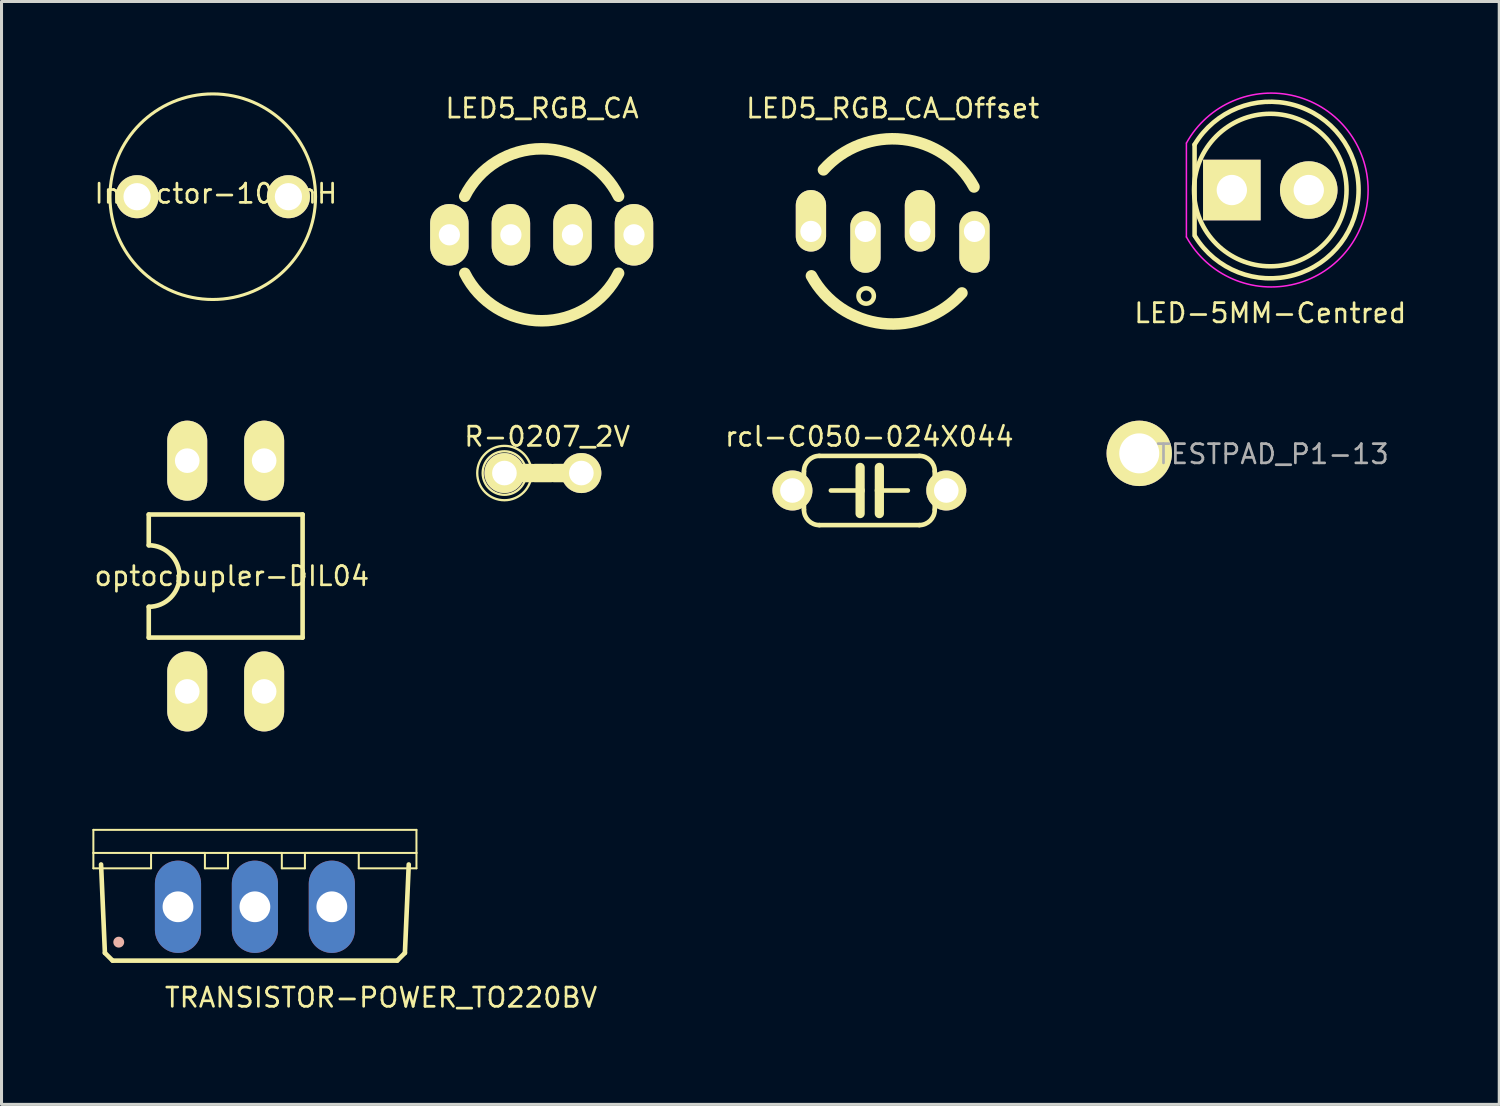
<source format=kicad_pcb>
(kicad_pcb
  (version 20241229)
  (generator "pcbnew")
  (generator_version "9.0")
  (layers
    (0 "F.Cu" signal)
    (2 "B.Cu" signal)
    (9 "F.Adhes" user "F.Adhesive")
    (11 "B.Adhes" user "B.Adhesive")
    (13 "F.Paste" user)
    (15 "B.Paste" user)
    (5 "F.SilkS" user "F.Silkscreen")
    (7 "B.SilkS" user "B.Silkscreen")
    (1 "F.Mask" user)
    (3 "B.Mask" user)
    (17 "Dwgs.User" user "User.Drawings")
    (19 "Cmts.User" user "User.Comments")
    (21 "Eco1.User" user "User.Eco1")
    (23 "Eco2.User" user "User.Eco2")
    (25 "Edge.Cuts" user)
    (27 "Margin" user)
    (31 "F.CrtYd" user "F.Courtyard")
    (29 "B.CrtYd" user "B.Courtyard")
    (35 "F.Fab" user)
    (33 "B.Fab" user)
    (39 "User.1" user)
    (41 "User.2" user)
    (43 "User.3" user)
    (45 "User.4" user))
  (footprint "Inductor-100mH"
    (layer "F.Cu")
    (at 3.975 3.445)
    (property "Reference" "Inductor-100mH" (at 0.102 -0.102 0) (layer "F.SilkS") (effects (font (size 0.635 0.635) (thickness 0.089))))
    (attr exclude_from_pos_files exclude_from_bom)
    (fp_circle (center 0 0) (end -2.4 2.4) (stroke (width 0.102) (type solid)) (fill no) (layer "F.SilkS"))
    (pad "1" thru_hole circle (at -2.499 0) (size 1.422 1.422) (drill 0.899) (layers "*.Cu" "*.Mask" "F.SilkS" "F.Paste"))
    (pad "2" thru_hole circle (at 2.499 0) (size 1.422 1.422) (drill 0.899) (layers "*.Cu" "*.Mask" "F.SilkS" "F.Paste")))
  (footprint "LED5_RGB_CA_Offset"
    (layer "F.Cu")
    (at 26.427 4.591)
    (property "Reference" "LED5_RGB_CA_Offset" (at 0 -4.064 0) (layer "F.SilkS") (effects (font (size 0.635 0.635) (thickness 0.089))))
    (attr through_hole)
    (fp_arc (start -2.286 -2.032) (mid 0.345366 -3.039003) (end 2.683668 -1.467224) (stroke (width 0.381) (type solid)) (layer "F.SilkS"))
    (fp_arc (start 2.286 2.032) (mid -0.345366 3.039003) (end -2.683668 1.467224) (stroke (width 0.381) (type solid)) (layer "F.SilkS"))
    (fp_circle (center -0.876 2.132) (end -0.622 2.132) (stroke (width 0.15) (type solid)) (fill no) (layer "F.SilkS"))
    (pad "1" thru_hole oval (at -2.7 0) (size 1 2.032) (drill 0.701 (offset 0 -0.35)) (layers "*.Cu" "*.Mask" "F.SilkS"))
    (pad "2" thru_hole oval (at -0.9 0) (size 1 2.032) (drill 0.701 (offset 0 0.35)) (layers "*.Cu" "*.Mask" "F.SilkS"))
    (pad "3" thru_hole oval (at 0.9 0) (size 1 2.032) (drill 0.701 (offset 0 -0.35)) (layers "*.Cu" "*.Mask" "F.SilkS"))
    (pad "4" thru_hole oval (at 2.7 0) (size 1 2.032) (drill 0.701 (offset 0 0.35)) (layers "*.Cu" "*.Mask" "F.SilkS")))
  (footprint "rcl-C050-024X044"
    (layer "F.Cu")
    (at 25.656 13.146)
    (property "Reference" "rcl-C050-024X044" (at 0 -1.778 0) (layer "F.SilkS") (effects (font (size 0.635 0.635) (thickness 0.089))))
    (attr exclude_from_pos_files exclude_from_bom)
    (fp_line (start -2.54 -0.381) (end -2.159 -0.381) (stroke (width 0.066) (type solid)) (layer "F.SilkS"))
    (fp_line (start -2.54 0.381) (end -2.54 -0.381) (stroke (width 0.066) (type solid)) (layer "F.SilkS"))
    (fp_line (start -2.54 0.381) (end -2.159 0.381) (stroke (width 0.066) (type solid)) (layer "F.SilkS"))
    (fp_line (start -2.159 0.381) (end -2.159 -0.381) (stroke (width 0.066) (type solid)) (layer "F.SilkS"))
    (fp_line (start -2.159 0.635) (end -2.159 -0.635) (stroke (width 0.152) (type solid)) (layer "F.SilkS"))
    (fp_line (start -1.27 0) (end -0.305 0) (stroke (width 0.152) (type solid)) (layer "F.SilkS"))
    (fp_line (start -0.305 -0.762) (end -0.305 0) (stroke (width 0.305) (type solid)) (layer "F.SilkS"))
    (fp_line (start -0.305 0) (end -0.305 0.762) (stroke (width 0.305) (type solid)) (layer "F.SilkS"))
    (fp_line (start 0.33 -0.762) (end 0.33 0) (stroke (width 0.305) (type solid)) (layer "F.SilkS"))
    (fp_line (start 0.33 0) (end 0.33 0.762) (stroke (width 0.305) (type solid)) (layer "F.SilkS"))
    (fp_line (start 1.27 0) (end 0.33 0) (stroke (width 0.152) (type solid)) (layer "F.SilkS"))
    (fp_line (start 1.651 -1.143) (end -1.651 -1.143) (stroke (width 0.152) (type solid)) (layer "F.SilkS"))
    (fp_line (start 1.651 1.143) (end -1.651 1.143) (stroke (width 0.152) (type solid)) (layer "F.SilkS"))
    (fp_line (start 2.159 -0.381) (end 2.54 -0.381) (stroke (width 0.066) (type solid)) (layer "F.SilkS"))
    (fp_line (start 2.159 0.381) (end 2.159 -0.381) (stroke (width 0.066) (type solid)) (layer "F.SilkS"))
    (fp_line (start 2.159 0.381) (end 2.54 0.381) (stroke (width 0.066) (type solid)) (layer "F.SilkS"))
    (fp_line (start 2.159 0.635) (end 2.159 -0.635) (stroke (width 0.152) (type solid)) (layer "F.SilkS"))
    (fp_line (start 2.54 0.381) (end 2.54 -0.381) (stroke (width 0.066) (type solid)) (layer "F.SilkS"))
    (fp_arc (start -2.159 -0.635) (mid -2.01021 -0.99421) (end -1.651 -1.143) (stroke (width 0.1524) (type solid)) (layer "F.SilkS"))
    (fp_arc (start -1.651 1.143) (mid -2.01021 0.99421) (end -2.159 0.635) (stroke (width 0.1524) (type solid)) (layer "F.SilkS"))
    (fp_arc (start 1.651 -1.143) (mid 2.01021 -0.99421) (end 2.159 -0.635) (stroke (width 0.1524) (type solid)) (layer "F.SilkS"))
    (fp_arc (start 2.159 0.635) (mid 2.01021 0.99421) (end 1.651 1.143) (stroke (width 0.1524) (type solid)) (layer "F.SilkS"))
    (pad "1" thru_hole circle (at -2.54 0) (size 1.321 1.321) (drill 0.813) (layers "*.Cu" "*.Mask" "F.SilkS" "F.Paste"))
    (pad "2" thru_hole circle (at 2.54 0) (size 1.321 1.321) (drill 0.813) (layers "*.Cu" "*.Mask" "F.SilkS" "F.Paste")))
  (footprint "LED-5MM-Centred"
    (layer "F.Cu")
    (at 38.895 3.225)
    (property "Reference" "LED-5MM-Centred" (at 0 4.064 0) (layer "F.SilkS") (effects (font (size 0.635 0.635) (thickness 0.089))))
    (attr through_hole)
    (fp_line (start -2.5 1.5) (end -2.5 -1.5) (stroke (width 0.15) (type solid)) (layer "F.SilkS"))
    (fp_arc (start -2.5 -1.5) (mid 2.91544 -0.014565) (end -2.484888 1.524904) (stroke (width 0.15) (type solid)) (layer "F.SilkS"))
    (fp_circle (center 0 0) (end -0.3 -2.5) (stroke (width 0.15) (type solid)) (fill no) (layer "F.SilkS"))
    (fp_line (start -2.77 -1.55) (end -2.77 1.55) (stroke (width 0.05) (type solid)) (layer "F.CrtYd"))
    (fp_arc (start -2.768248 -1.55316) (mid 3.23039 0.001807) (end -2.77 1.55) (stroke (width 0.05) (type solid)) (layer "F.CrtYd"))
    (pad "1" thru_hole rect (at -1.27 0 90) (size 2 1.9) (drill 1.001) (layers "*.Cu" "*.Mask" "F.SilkS"))
    (pad "2" thru_hole circle (at 1.27 0) (size 1.9 1.9) (drill 1.001) (layers "*.Cu" "*.Mask" "F.SilkS")))
  (footprint "R-0207_2V"
    (layer "F.Cu")
    (at 14.876 12.57)
    (property "Reference" "R-0207_2V" (at 0.142 -1.202 0) (layer "F.SilkS") (effects (font (size 0.635 0.635) (thickness 0.089))))
    (attr exclude_from_pos_files exclude_from_bom)
    (fp_line (start -1.27 0) (end -0.381 0) (stroke (width 0.61) (type solid)) (layer "F.SilkS"))
    (fp_line (start -0.254 0) (end 0.254 0) (stroke (width 0.61) (type solid)) (layer "F.SilkS"))
    (fp_line (start 0.381 0) (end 1.27 0) (stroke (width 0.61) (type solid)) (layer "F.SilkS"))
    (fp_circle (center -1.27 0) (end -1.905 0.635) (stroke (width 0.076) (type solid)) (fill no) (layer "F.SilkS"))
    (fp_circle (center -1.27 0) (end -1.778 0.508) (stroke (width 0.076) (type solid)) (fill no) (layer "F.SilkS"))
    (pad "1" thru_hole circle (at -1.27 0) (size 1.321 1.321) (drill 0.813) (layers "*.Cu" "*.Mask" "F.SilkS" "F.Paste"))
    (pad "2" thru_hole circle (at 1.27 0) (size 1.321 1.321) (drill 0.813) (layers "*.Cu" "*.Mask" "F.SilkS" "F.Paste")))
  (footprint "LED5_RGB_CA"
    (layer "F.Cu")
    (at 14.836 4.703)
    (property "Reference" "LED5_RGB_CA" (at 0.013 -4.176 0) (layer "F.SilkS") (effects (font (size 0.635 0.635) (thickness 0.089))))
    (attr through_hole)
    (fp_arc (start -2.54 -1.27) (mid -0.001732 -2.839806) (end 2.538449 -1.273098) (stroke (width 0.381) (type solid)) (layer "F.SilkS"))
    (fp_arc (start 2.54 1.27) (mid 0.001732 2.839806) (end -2.538449 1.273098) (stroke (width 0.381) (type solid)) (layer "F.SilkS"))
    (pad "1" thru_hole oval (at -3.048 0) (size 1.27 2.032) (drill 0.701) (layers "*.Cu" "*.Mask" "F.SilkS"))
    (pad "2" thru_hole oval (at -1.016 0) (size 1.27 2.032) (drill 0.701) (layers "*.Cu" "*.Mask" "F.SilkS"))
    (pad "3" thru_hole oval (at 1.016 0) (size 1.27 2.032) (drill 0.701) (layers "*.Cu" "*.Mask" "F.SilkS"))
    (pad "4" thru_hole oval (at 3.048 0) (size 1.27 2.032) (drill 0.701) (layers "*.Cu" "*.Mask" "F.SilkS")))
  (footprint "optocoupler-DIL04"
    (layer "F.Cu")
    (at 4.402 15.971)
    (property "Reference" "optocoupler-DIL04" (at 0.203 0 0) (layer "F.SilkS") (effects (font (size 0.635 0.635) (thickness 0.089))))
    (attr exclude_from_pos_files exclude_from_bom)
    (fp_line (start -2.54 -2.032) (end -2.54 -1.016) (stroke (width 0.152) (type solid)) (layer "F.SilkS"))
    (fp_line (start -2.54 2.032) (end -2.54 1.016) (stroke (width 0.152) (type solid)) (layer "F.SilkS"))
    (fp_line (start -2.54 2.032) (end 2.54 2.032) (stroke (width 0.152) (type solid)) (layer "F.SilkS"))
    (fp_line (start 2.54 -2.032) (end -2.54 -2.032) (stroke (width 0.152) (type solid)) (layer "F.SilkS"))
    (fp_line (start 2.54 -2.032) (end 2.54 2.032) (stroke (width 0.152) (type solid)) (layer "F.SilkS"))
    (fp_arc (start -2.54 -1.016) (mid -1.524 0) (end -2.54 1.016) (stroke (width 0.1524) (type solid)) (layer "F.SilkS"))
    (pad "1" thru_hole oval (at -1.27 3.81) (size 1.321 2.642) (drill 0.813) (layers "*.Cu" "*.Mask" "F.SilkS" "F.Paste"))
    (pad "2" thru_hole oval (at 1.27 3.81) (size 1.321 2.642) (drill 0.813) (layers "*.Cu" "*.Mask" "F.SilkS" "F.Paste"))
    (pad "3" thru_hole oval (at 1.27 -3.81) (size 1.321 2.642) (drill 0.813) (layers "*.Cu" "*.Mask" "F.SilkS" "F.Paste"))
    (pad "4" thru_hole oval (at -1.27 -3.81) (size 1.321 2.642) (drill 0.813) (layers "*.Cu" "*.Mask" "F.SilkS" "F.Paste")))
  (footprint "TESTPAD_P1-13"
    (layer "F.Cu")
    (at 34.568 11.92)
    (property "Reference" "TESTPAD_P1-13" (at 4.399 0.025 0) (layer "F.Fab") (effects (font (size 0.635 0.635) (thickness 0.089))))
    (attr exclude_from_pos_files exclude_from_bom)
    (fp_line (start -0.33 -0.33) (end 0.33 -0.33) (stroke (width 0.066) (type solid)) (layer "F.SilkS"))
    (fp_line (start -0.33 0.33) (end -0.33 -0.33) (stroke (width 0.066) (type solid)) (layer "F.SilkS"))
    (fp_line (start -0.33 0.33) (end 0.33 0.33) (stroke (width 0.066) (type solid)) (layer "F.SilkS"))
    (fp_line (start 0.33 0.33) (end 0.33 -0.33) (stroke (width 0.066) (type solid)) (layer "F.SilkS"))
    (fp_circle (center 0 0) (end -0.381 0.381) (stroke (width 0.076) (type solid)) (fill no) (layer "F.SilkS"))
    (pad "1" thru_hole circle (at 0 0) (size 2.159 2.159) (drill 1.321) (layers "*.Cu" "*.Mask" "F.SilkS" "F.Paste")))
  (footprint "TRANSISTOR-POWER_TO220BV"
    (layer "F.Cu")
    (at 5.367 24.352)
    (property "Reference" "TRANSISTOR-POWER_TO220BV" (at 4.166 5.537 0) (layer "F.SilkS") (effects (font (size 0.635 0.635) (thickness 0.089))))
    (attr exclude_from_pos_files exclude_from_bom)
    (fp_line (start -5.334 0) (end 5.334 0) (stroke (width 0.066) (type solid)) (layer "F.SilkS"))
    (fp_line (start -5.334 0.762) (end -5.334 0) (stroke (width 0.066) (type solid)) (layer "F.SilkS"))
    (fp_line (start -5.334 0.762) (end 5.334 0.762) (stroke (width 0.066) (type solid)) (layer "F.SilkS"))
    (fp_line (start -5.334 1.27) (end -5.334 0.762) (stroke (width 0.066) (type solid)) (layer "F.SilkS"))
    (fp_line (start -5.334 1.27) (end -3.429 1.27) (stroke (width 0.066) (type solid)) (layer "F.SilkS"))
    (fp_line (start -4.953 4.064) (end -5.08 1.143) (stroke (width 0.152) (type solid)) (layer "F.SilkS"))
    (fp_line (start -4.953 4.064) (end -4.699 4.318) (stroke (width 0.152) (type solid)) (layer "F.SilkS"))
    (fp_line (start -3.429 0.762) (end -1.651 0.762) (stroke (width 0.066) (type solid)) (layer "F.SilkS"))
    (fp_line (start -3.429 1.27) (end -3.429 0.762) (stroke (width 0.066) (type solid)) (layer "F.SilkS"))
    (fp_line (start -1.651 1.27) (end -1.651 0.762) (stroke (width 0.066) (type solid)) (layer "F.SilkS"))
    (fp_line (start -1.651 1.27) (end -0.889 1.27) (stroke (width 0.066) (type solid)) (layer "F.SilkS"))
    (fp_line (start -0.889 0.762) (end 0.889 0.762) (stroke (width 0.066) (type solid)) (layer "F.SilkS"))
    (fp_line (start -0.889 1.27) (end -0.889 0.762) (stroke (width 0.066) (type solid)) (layer "F.SilkS"))
    (fp_line (start 0.889 1.27) (end 0.889 0.762) (stroke (width 0.066) (type solid)) (layer "F.SilkS"))
    (fp_line (start 0.889 1.27) (end 1.651 1.27) (stroke (width 0.066) (type solid)) (layer "F.SilkS"))
    (fp_line (start 1.651 0.762) (end 3.429 0.762) (stroke (width 0.066) (type solid)) (layer "F.SilkS"))
    (fp_line (start 1.651 1.27) (end 1.651 0.762) (stroke (width 0.066) (type solid)) (layer "F.SilkS"))
    (fp_line (start 3.429 1.27) (end 3.429 0.762) (stroke (width 0.066) (type solid)) (layer "F.SilkS"))
    (fp_line (start 3.429 1.27) (end 5.334 1.27) (stroke (width 0.066) (type solid)) (layer "F.SilkS"))
    (fp_line (start 4.699 4.318) (end -4.699 4.318) (stroke (width 0.152) (type solid)) (layer "F.SilkS"))
    (fp_line (start 4.699 4.318) (end 4.953 4.064) (stroke (width 0.152) (type solid)) (layer "F.SilkS"))
    (fp_line (start 5.08 1.143) (end 4.953 4.064) (stroke (width 0.152) (type solid)) (layer "F.SilkS"))
    (fp_line (start 5.334 0.762) (end 5.334 0) (stroke (width 0.066) (type solid)) (layer "F.SilkS"))
    (fp_line (start 5.334 1.27) (end 5.334 0.762) (stroke (width 0.066) (type solid)) (layer "F.SilkS"))
    (fp_circle (center -4.496 3.708) (end -4.623 3.835) (stroke (width 0) (type solid)) (fill yes) (layer "B.SilkS"))
    (pad "D" thru_hole oval (at 0 2.54 180) (size 1.524 3.048) (drill 1.016) (layers "*.Cu" "*.Mask" "F.Paste"))
    (pad "G" thru_hole oval (at -2.54 2.54 180) (size 1.524 3.048) (drill 1.016) (layers "*.Cu" "*.Mask" "F.Paste"))
    (pad "S" thru_hole oval (at 2.54 2.54 180) (size 1.524 3.048) (drill 1.016) (layers "*.Cu" "*.Mask" "F.Paste")))
  (gr_rect
    (start -3 -3)
    (end 46.455 33.417)
    (stroke (width 0.1) (type default))
    (fill no)
    (layer "Edge.Cuts")))
</source>
